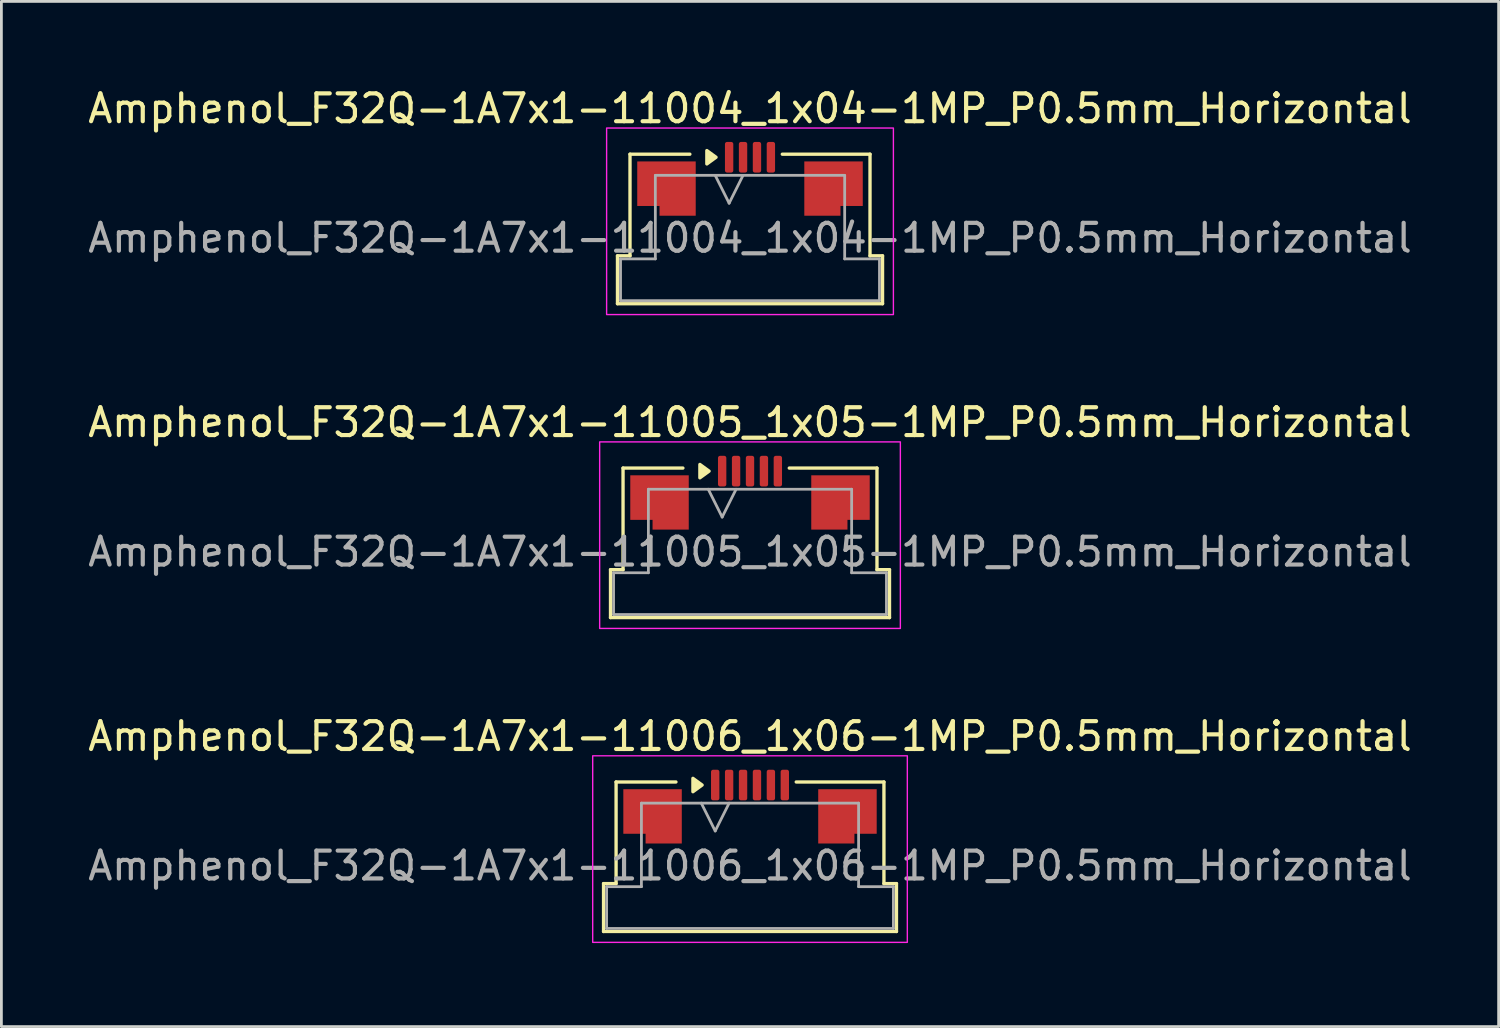
<source format=kicad_pcb>
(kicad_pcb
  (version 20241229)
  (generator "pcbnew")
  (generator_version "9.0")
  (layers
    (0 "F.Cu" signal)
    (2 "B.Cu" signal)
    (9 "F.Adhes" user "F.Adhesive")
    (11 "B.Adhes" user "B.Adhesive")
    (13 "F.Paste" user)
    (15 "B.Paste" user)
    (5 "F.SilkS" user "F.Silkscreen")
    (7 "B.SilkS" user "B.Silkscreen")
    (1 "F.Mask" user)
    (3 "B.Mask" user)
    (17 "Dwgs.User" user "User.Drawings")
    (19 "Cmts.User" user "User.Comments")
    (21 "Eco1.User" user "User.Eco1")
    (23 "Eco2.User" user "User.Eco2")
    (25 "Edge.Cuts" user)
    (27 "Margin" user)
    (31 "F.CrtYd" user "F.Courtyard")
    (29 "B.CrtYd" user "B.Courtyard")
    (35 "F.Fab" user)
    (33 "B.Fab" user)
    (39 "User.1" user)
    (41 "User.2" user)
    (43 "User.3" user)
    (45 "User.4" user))
  (footprint "Amphenol_F32Q-1A7x1-11004_1x04-1MP_P0.5mm_Horizontal"
    (layer "F.Cu")
    (at 23.887 5.498)
    (property "Reference" "Amphenol_F32Q-1A7x1-11004_1x04-1MP_P0.5mm_Horizontal" (at 0 -4.65 0) (layer "F.SilkS") (effects (font (size 1 1) (thickness 0.15))))
    (attr smd)
    (fp_line (start -4.76 0.64) (end -4.31 0.64) (stroke (width 0.12) (type solid)) (layer "F.SilkS"))
    (fp_line (start -4.76 2.36) (end -4.76 0.64) (stroke (width 0.12) (type solid)) (layer "F.SilkS"))
    (fp_line (start -4.31 -3.01) (end -2.16 -3.01) (stroke (width 0.12) (type solid)) (layer "F.SilkS"))
    (fp_line (start -4.31 0.64) (end -4.31 -3.01) (stroke (width 0.12) (type solid)) (layer "F.SilkS"))
    (fp_line (start 1.16 -3.01) (end 4.31 -3.01) (stroke (width 0.12) (type solid)) (layer "F.SilkS"))
    (fp_line (start 4.31 -3.01) (end 4.31 0.64) (stroke (width 0.12) (type solid)) (layer "F.SilkS"))
    (fp_line (start 4.31 0.64) (end 4.76 0.64) (stroke (width 0.12) (type solid)) (layer "F.SilkS"))
    (fp_line (start 4.76 0.64) (end 4.76 2.36) (stroke (width 0.12) (type solid)) (layer "F.SilkS"))
    (fp_line (start 4.76 2.36) (end -4.76 2.36) (stroke (width 0.12) (type solid)) (layer "F.SilkS"))
    (fp_poly (pts (xy -1.22 -2.9) (xy -1.55 -2.66) (xy -1.55 -3.14)) (stroke (width 0.12) (type solid)) (fill yes) (layer "F.SilkS"))
    (fp_rect (start -5.15 -3.95) (end 5.15 2.75) (stroke (width 0.05) (type solid)) (fill no) (layer "F.CrtYd"))
    (fp_line (start -4.65 0.75) (end -3.4 0.75) (stroke (width 0.1) (type solid)) (layer "F.Fab"))
    (fp_line (start -4.65 2.25) (end -4.65 0.75) (stroke (width 0.1) (type solid)) (layer "F.Fab"))
    (fp_line (start -3.4 -2.25) (end 3.4 -2.25) (stroke (width 0.1) (type solid)) (layer "F.Fab"))
    (fp_line (start -3.4 0.75) (end -3.4 -2.25) (stroke (width 0.1) (type solid)) (layer "F.Fab"))
    (fp_line (start -1.25 -2.25) (end -0.75 -1.25) (stroke (width 0.1) (type solid)) (layer "F.Fab"))
    (fp_line (start -0.75 -1.25) (end -0.25 -2.25) (stroke (width 0.1) (type solid)) (layer "F.Fab"))
    (fp_line (start 3.4 -2.25) (end 3.4 0.75) (stroke (width 0.1) (type solid)) (layer "F.Fab"))
    (fp_line (start 3.4 0.75) (end 4.65 0.75) (stroke (width 0.1) (type solid)) (layer "F.Fab"))
    (fp_line (start 4.65 0.75) (end 4.65 2.25) (stroke (width 0.1) (type solid)) (layer "F.Fab"))
    (fp_line (start 4.65 2.25) (end -4.65 2.25) (stroke (width 0.1) (type solid)) (layer "F.Fab"))
    (fp_text user "${REFERENCE}" (at 0 0 0) (layer "F.Fab") (effects (font (size 1 1) (thickness 0.15))))
    (pad "1" smd roundrect (at -0.75 -2.9) (size 0.3 1.1) (layers "F.Cu" "F.Mask" "F.Paste") (roundrect_rratio 0.25))
    (pad "2" smd roundrect (at -0.25 -2.9) (size 0.3 1.1) (layers "F.Cu" "F.Mask" "F.Paste") (roundrect_rratio 0.25))
    (pad "3" smd roundrect (at 0.25 -2.9) (size 0.3 1.1) (layers "F.Cu" "F.Mask" "F.Paste") (roundrect_rratio 0.25))
    (pad "4" smd roundrect (at 0.75 -2.9) (size 0.3 1.1) (layers "F.Cu" "F.Mask" "F.Paste") (roundrect_rratio 0.25))
    (pad "MP" smd custom (at -3 -1.775) (size 1 1) (layers "F.Cu" "F.Mask" "F.Paste") (options (anchor circle)) (primitives (gr_poly (pts (xy 1.05 -0.975) (xy 1.05 0.975) (xy -0.25 0.975) (xy -0.25 0.625) (xy -1.05 0.625) (xy -1.05 -0.975)) (width 0) (fill yes))))
    (pad "MP" smd custom (at 3 -1.775) (size 1 1) (layers "F.Cu" "F.Mask" "F.Paste") (options (anchor circle)) (primitives (gr_poly (pts (xy -1.05 -0.975) (xy -1.05 0.975) (xy 0.25 0.975) (xy 0.25 0.625) (xy 1.05 0.625) (xy 1.05 -0.975)) (width 0) (fill yes)))))
  (footprint "Amphenol_F32Q-1A7x1-11006_1x06-1MP_P0.5mm_Horizontal"
    (layer "F.Cu")
    (at 23.887 28.045)
    (property "Reference" "Amphenol_F32Q-1A7x1-11006_1x06-1MP_P0.5mm_Horizontal" (at 0 -4.65 0) (layer "F.SilkS") (effects (font (size 1 1) (thickness 0.15))))
    (attr smd)
    (fp_line (start -5.26 0.64) (end -4.81 0.64) (stroke (width 0.12) (type solid)) (layer "F.SilkS"))
    (fp_line (start -5.26 2.36) (end -5.26 0.64) (stroke (width 0.12) (type solid)) (layer "F.SilkS"))
    (fp_line (start -4.81 -3.01) (end -2.66 -3.01) (stroke (width 0.12) (type solid)) (layer "F.SilkS"))
    (fp_line (start -4.81 0.64) (end -4.81 -3.01) (stroke (width 0.12) (type solid)) (layer "F.SilkS"))
    (fp_line (start 1.66 -3.01) (end 4.81 -3.01) (stroke (width 0.12) (type solid)) (layer "F.SilkS"))
    (fp_line (start 4.81 -3.01) (end 4.81 0.64) (stroke (width 0.12) (type solid)) (layer "F.SilkS"))
    (fp_line (start 4.81 0.64) (end 5.26 0.64) (stroke (width 0.12) (type solid)) (layer "F.SilkS"))
    (fp_line (start 5.26 0.64) (end 5.26 2.36) (stroke (width 0.12) (type solid)) (layer "F.SilkS"))
    (fp_line (start 5.26 2.36) (end -5.26 2.36) (stroke (width 0.12) (type solid)) (layer "F.SilkS"))
    (fp_poly (pts (xy -1.72 -2.9) (xy -2.05 -2.66) (xy -2.05 -3.14)) (stroke (width 0.12) (type solid)) (fill yes) (layer "F.SilkS"))
    (fp_rect (start -5.65 -3.95) (end 5.65 2.75) (stroke (width 0.05) (type solid)) (fill no) (layer "F.CrtYd"))
    (fp_line (start -5.15 0.75) (end -3.9 0.75) (stroke (width 0.1) (type solid)) (layer "F.Fab"))
    (fp_line (start -5.15 2.25) (end -5.15 0.75) (stroke (width 0.1) (type solid)) (layer "F.Fab"))
    (fp_line (start -3.9 -2.25) (end 3.9 -2.25) (stroke (width 0.1) (type solid)) (layer "F.Fab"))
    (fp_line (start -3.9 0.75) (end -3.9 -2.25) (stroke (width 0.1) (type solid)) (layer "F.Fab"))
    (fp_line (start -1.75 -2.25) (end -1.25 -1.25) (stroke (width 0.1) (type solid)) (layer "F.Fab"))
    (fp_line (start -1.25 -1.25) (end -0.75 -2.25) (stroke (width 0.1) (type solid)) (layer "F.Fab"))
    (fp_line (start 3.9 -2.25) (end 3.9 0.75) (stroke (width 0.1) (type solid)) (layer "F.Fab"))
    (fp_line (start 3.9 0.75) (end 5.15 0.75) (stroke (width 0.1) (type solid)) (layer "F.Fab"))
    (fp_line (start 5.15 0.75) (end 5.15 2.25) (stroke (width 0.1) (type solid)) (layer "F.Fab"))
    (fp_line (start 5.15 2.25) (end -5.15 2.25) (stroke (width 0.1) (type solid)) (layer "F.Fab"))
    (fp_text user "${REFERENCE}" (at 0 0 0) (layer "F.Fab") (effects (font (size 1 1) (thickness 0.15))))
    (pad "1" smd roundrect (at -1.25 -2.9) (size 0.3 1.1) (layers "F.Cu" "F.Mask" "F.Paste") (roundrect_rratio 0.25))
    (pad "2" smd roundrect (at -0.75 -2.9) (size 0.3 1.1) (layers "F.Cu" "F.Mask" "F.Paste") (roundrect_rratio 0.25))
    (pad "3" smd roundrect (at -0.25 -2.9) (size 0.3 1.1) (layers "F.Cu" "F.Mask" "F.Paste") (roundrect_rratio 0.25))
    (pad "4" smd roundrect (at 0.25 -2.9) (size 0.3 1.1) (layers "F.Cu" "F.Mask" "F.Paste") (roundrect_rratio 0.25))
    (pad "5" smd roundrect (at 0.75 -2.9) (size 0.3 1.1) (layers "F.Cu" "F.Mask" "F.Paste") (roundrect_rratio 0.25))
    (pad "6" smd roundrect (at 1.25 -2.9) (size 0.3 1.1) (layers "F.Cu" "F.Mask" "F.Paste") (roundrect_rratio 0.25))
    (pad "MP" smd custom (at -3.5 -1.775) (size 1 1) (layers "F.Cu" "F.Mask" "F.Paste") (options (anchor circle)) (primitives (gr_poly (pts (xy 1.05 -0.975) (xy 1.05 0.975) (xy -0.25 0.975) (xy -0.25 0.625) (xy -1.05 0.625) (xy -1.05 -0.975)) (width 0) (fill yes))))
    (pad "MP" smd custom (at 3.5 -1.775) (size 1 1) (layers "F.Cu" "F.Mask" "F.Paste") (options (anchor circle)) (primitives (gr_poly (pts (xy -1.05 -0.975) (xy -1.05 0.975) (xy 0.25 0.975) (xy 0.25 0.625) (xy 1.05 0.625) (xy 1.05 -0.975)) (width 0) (fill yes)))))
  (footprint "Amphenol_F32Q-1A7x1-11005_1x05-1MP_P0.5mm_Horizontal"
    (layer "F.Cu")
    (at 23.887 16.771)
    (property "Reference" "Amphenol_F32Q-1A7x1-11005_1x05-1MP_P0.5mm_Horizontal" (at 0 -4.65 0) (layer "F.SilkS") (effects (font (size 1 1) (thickness 0.15))))
    (attr smd)
    (fp_line (start -5.01 0.64) (end -4.56 0.64) (stroke (width 0.12) (type solid)) (layer "F.SilkS"))
    (fp_line (start -5.01 2.36) (end -5.01 0.64) (stroke (width 0.12) (type solid)) (layer "F.SilkS"))
    (fp_line (start -4.56 -3.01) (end -2.41 -3.01) (stroke (width 0.12) (type solid)) (layer "F.SilkS"))
    (fp_line (start -4.56 0.64) (end -4.56 -3.01) (stroke (width 0.12) (type solid)) (layer "F.SilkS"))
    (fp_line (start 1.41 -3.01) (end 4.56 -3.01) (stroke (width 0.12) (type solid)) (layer "F.SilkS"))
    (fp_line (start 4.56 -3.01) (end 4.56 0.64) (stroke (width 0.12) (type solid)) (layer "F.SilkS"))
    (fp_line (start 4.56 0.64) (end 5.01 0.64) (stroke (width 0.12) (type solid)) (layer "F.SilkS"))
    (fp_line (start 5.01 0.64) (end 5.01 2.36) (stroke (width 0.12) (type solid)) (layer "F.SilkS"))
    (fp_line (start 5.01 2.36) (end -5.01 2.36) (stroke (width 0.12) (type solid)) (layer "F.SilkS"))
    (fp_poly (pts (xy -1.47 -2.9) (xy -1.8 -2.66) (xy -1.8 -3.14)) (stroke (width 0.12) (type solid)) (fill yes) (layer "F.SilkS"))
    (fp_rect (start -5.4 -3.95) (end 5.4 2.75) (stroke (width 0.05) (type solid)) (fill no) (layer "F.CrtYd"))
    (fp_line (start -4.9 0.75) (end -3.65 0.75) (stroke (width 0.1) (type solid)) (layer "F.Fab"))
    (fp_line (start -4.9 2.25) (end -4.9 0.75) (stroke (width 0.1) (type solid)) (layer "F.Fab"))
    (fp_line (start -3.65 -2.25) (end 3.65 -2.25) (stroke (width 0.1) (type solid)) (layer "F.Fab"))
    (fp_line (start -3.65 0.75) (end -3.65 -2.25) (stroke (width 0.1) (type solid)) (layer "F.Fab"))
    (fp_line (start -1.5 -2.25) (end -1 -1.25) (stroke (width 0.1) (type solid)) (layer "F.Fab"))
    (fp_line (start -1 -1.25) (end -0.5 -2.25) (stroke (width 0.1) (type solid)) (layer "F.Fab"))
    (fp_line (start 3.65 -2.25) (end 3.65 0.75) (stroke (width 0.1) (type solid)) (layer "F.Fab"))
    (fp_line (start 3.65 0.75) (end 4.9 0.75) (stroke (width 0.1) (type solid)) (layer "F.Fab"))
    (fp_line (start 4.9 0.75) (end 4.9 2.25) (stroke (width 0.1) (type solid)) (layer "F.Fab"))
    (fp_line (start 4.9 2.25) (end -4.9 2.25) (stroke (width 0.1) (type solid)) (layer "F.Fab"))
    (fp_text user "${REFERENCE}" (at 0 0 0) (layer "F.Fab") (effects (font (size 1 1) (thickness 0.15))))
    (pad "1" smd roundrect (at -1 -2.9) (size 0.3 1.1) (layers "F.Cu" "F.Mask" "F.Paste") (roundrect_rratio 0.25))
    (pad "2" smd roundrect (at -0.5 -2.9) (size 0.3 1.1) (layers "F.Cu" "F.Mask" "F.Paste") (roundrect_rratio 0.25))
    (pad "3" smd roundrect (at 0 -2.9) (size 0.3 1.1) (layers "F.Cu" "F.Mask" "F.Paste") (roundrect_rratio 0.25))
    (pad "4" smd roundrect (at 0.5 -2.9) (size 0.3 1.1) (layers "F.Cu" "F.Mask" "F.Paste") (roundrect_rratio 0.25))
    (pad "5" smd roundrect (at 1 -2.9) (size 0.3 1.1) (layers "F.Cu" "F.Mask" "F.Paste") (roundrect_rratio 0.25))
    (pad "MP" smd custom (at -3.25 -1.775) (size 1 1) (layers "F.Cu" "F.Mask" "F.Paste") (options (anchor circle)) (primitives (gr_poly (pts (xy 1.05 -0.975) (xy 1.05 0.975) (xy -0.25 0.975) (xy -0.25 0.625) (xy -1.05 0.625) (xy -1.05 -0.975)) (width 0) (fill yes))))
    (pad "MP" smd custom (at 3.25 -1.775) (size 1 1) (layers "F.Cu" "F.Mask" "F.Paste") (options (anchor circle)) (primitives (gr_poly (pts (xy -1.05 -0.975) (xy -1.05 0.975) (xy 0.25 0.975) (xy 0.25 0.625) (xy 1.05 0.625) (xy 1.05 -0.975)) (width 0) (fill yes)))))
  (gr_rect
    (start -3 -3)
    (end 50.774 33.82)
    (stroke (width 0.1) (type default))
    (fill no)
    (layer "Edge.Cuts")))
</source>
